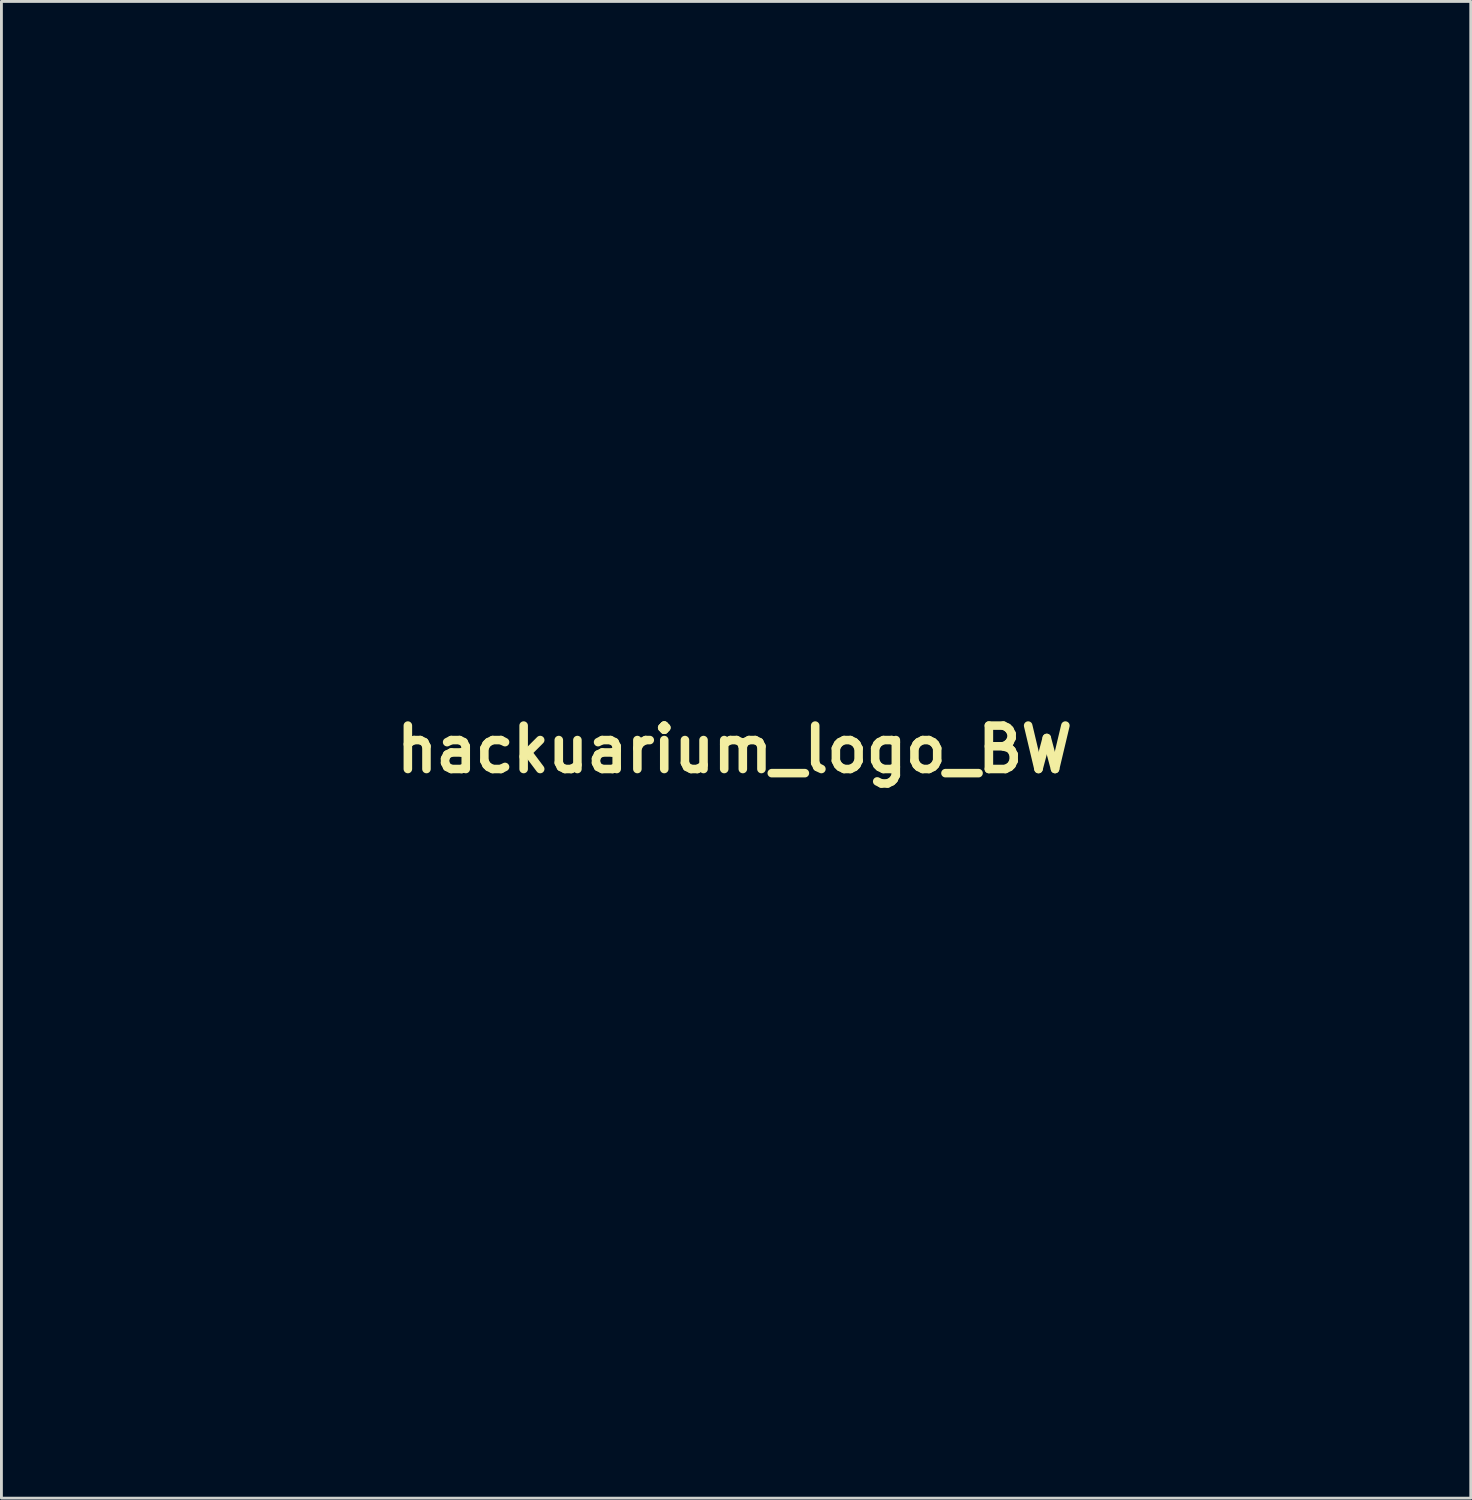
<source format=kicad_pcb>
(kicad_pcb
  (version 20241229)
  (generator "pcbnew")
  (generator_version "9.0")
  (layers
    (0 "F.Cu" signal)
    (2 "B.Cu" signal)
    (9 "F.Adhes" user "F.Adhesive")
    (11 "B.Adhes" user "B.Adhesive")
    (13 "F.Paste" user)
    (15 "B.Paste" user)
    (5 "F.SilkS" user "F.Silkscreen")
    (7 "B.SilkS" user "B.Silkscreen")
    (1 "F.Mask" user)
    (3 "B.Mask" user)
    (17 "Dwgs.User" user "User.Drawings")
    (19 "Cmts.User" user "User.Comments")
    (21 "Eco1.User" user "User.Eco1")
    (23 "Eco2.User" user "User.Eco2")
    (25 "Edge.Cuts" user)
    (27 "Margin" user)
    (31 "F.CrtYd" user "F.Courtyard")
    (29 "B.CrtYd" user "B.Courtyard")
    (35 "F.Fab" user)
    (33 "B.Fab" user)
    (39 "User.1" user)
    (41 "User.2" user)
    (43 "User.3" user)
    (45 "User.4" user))
  (footprint "hackuarium_logo_BW"
    (layer "F.Cu")
    (at 22.731 23.251)
    (property "Reference" "hackuarium_logo_BW" (at 0 0 0) (layer "F.SilkS") (effects (font (size 1.524 1.524) (thickness 0.3))))
    (attr through_hole)
    (fp_poly (pts (xy 10.895 15.93) (xy 10.901 16.092) (xy 10.635 16.445) (xy 10.314 16.49) (xy 10.16 16.198) (xy 10.375 15.83) (xy 10.583 15.775) (xy 10.895 15.93)) (stroke (width 0.01) (type solid)) (fill no) (layer "Eco2.User"))
    (fp_poly (pts (xy 10.962 20.304) (xy 10.932 21.738) (xy 10.837 22.67) (xy 10.67 23.132) (xy 10.424 23.154) (xy 10.331 23.076) (xy 10.254 22.748) (xy 10.196 22.018) (xy 10.163 21.018) (xy 10.16 20.543) (xy 10.151 19.412) (xy 10.107 18.713) (xy 10.007 18.344) (xy 9.826 18.201) (xy 9.625 18.181) (xy 9.191 18.069) (xy 9.091 17.914) (xy 9.326 17.737) (xy 9.904 17.649) (xy 10.026 17.646) (xy 10.962 17.646) (xy 10.962 20.304)) (stroke (width 0.01) (type solid)) (fill no) (layer "Eco2.User"))
    (fp_poly (pts (xy 7.739 17.521) (xy 8.307 17.722) (xy 8.555 18.037) (xy 8.556 18.052) (xy 8.397 18.283) (xy 7.859 18.297) (xy 7.614 18.262) (xy 6.758 18.23) (xy 6.171 18.5) (xy 5.814 19.132) (xy 5.644 20.185) (xy 5.615 21.164) (xy 5.583 22.208) (xy 5.496 22.94) (xy 5.368 23.256) (xy 5.347 23.261) (xy 5.225 23.006) (xy 5.136 22.288) (xy 5.088 21.18) (xy 5.08 20.425) (xy 5.089 19.161) (xy 5.125 18.347) (xy 5.201 17.899) (xy 5.331 17.732) (xy 5.5 17.75) (xy 6.062 17.763) (xy 6.452 17.628) (xy 7.053 17.476) (xy 7.739 17.521)) (stroke (width 0.01) (type solid)) (fill no) (layer "Eco2.User"))
    (fp_poly (pts (xy -22.073 16.453) (xy -21.95 16.948) (xy -21.924 17.646) (xy -21.924 18.983) (xy -19.28 18.983) (xy -19.198 17.734) (xy -19.079 16.94) (xy -18.873 16.448) (xy -18.774 16.372) (xy -18.63 16.435) (xy -18.538 16.783) (xy -18.493 17.483) (xy -18.489 18.603) (xy -18.507 19.627) (xy -18.564 21.021) (xy -18.657 22.088) (xy -18.773 22.794) (xy -18.899 23.103) (xy -19.022 22.979) (xy -19.128 22.389) (xy -19.196 21.456) (xy -19.276 19.785) (xy -21.924 19.785) (xy -21.924 21.374) (xy -21.982 22.452) (xy -22.15 23.061) (xy -22.419 23.176) (xy -22.555 23.076) (xy -22.621 22.757) (xy -22.675 22.013) (xy -22.712 20.952) (xy -22.726 19.683) (xy -22.726 19.607) (xy -22.717 18.202) (xy -22.681 17.251) (xy -22.61 16.672) (xy -22.493 16.385) (xy -22.325 16.309) (xy -22.073 16.453)) (stroke (width 0.01) (type solid)) (fill no) (layer "Eco2.User"))
    (fp_poly (pts (xy -0.205 17.721) (xy -0.091 18.005) (xy -0.04 18.59) (xy -0.039 19.564) (xy -0.057 20.358) (xy -0.134 23.069) (xy -1.655 23.181) (xy -2.593 23.214) (xy -3.187 23.115) (xy -3.619 22.845) (xy -3.727 22.743) (xy -4.004 22.389) (xy -4.171 21.921) (xy -4.253 21.205) (xy -4.278 20.107) (xy -4.278 19.919) (xy -4.248 18.812) (xy -4.167 18.028) (xy -4.045 17.662) (xy -4.011 17.646) (xy -3.875 17.894) (xy -3.78 18.563) (xy -3.743 19.54) (xy -3.743 19.592) (xy -3.64 21.081) (xy -3.336 22.1) (xy -2.838 22.639) (xy -2.157 22.689) (xy -1.396 22.31) (xy -1.095 22.042) (xy -0.916 21.672) (xy -0.829 21.068) (xy -0.803 20.096) (xy -0.802 19.77) (xy -0.784 18.682) (xy -0.717 18.03) (xy -0.581 17.718) (xy -0.392 17.646) (xy -0.205 17.721)) (stroke (width 0.01) (type solid)) (fill no) (layer "Eco2.User"))
    (fp_poly (pts (xy -10.361 17.578) (xy -9.737 18.058) (xy -9.253 18.645) (xy -9.091 19.105) (xy -9.237 19.469) (xy -9.571 19.457) (xy -9.932 19.102) (xy -10.03 18.916) (xy -10.498 18.431) (xy -11.213 18.209) (xy -11.929 18.305) (xy -12.164 18.448) (xy -12.577 19.077) (xy -12.769 19.971) (xy -12.748 20.947) (xy -12.522 21.822) (xy -12.097 22.413) (xy -11.995 22.478) (xy -11.177 22.66) (xy -10.415 22.41) (xy -9.896 21.795) (xy -9.873 21.74) (xy -9.624 21.276) (xy -9.366 21.283) (xy -9.295 21.345) (xy -9.16 21.686) (xy -9.389 22.189) (xy -9.532 22.391) (xy -10.266 22.996) (xy -11.189 23.25) (xy -12.116 23.135) (xy -12.81 22.69) (xy -13.171 21.993) (xy -13.36 20.989) (xy -13.364 19.881) (xy -13.169 18.872) (xy -13.072 18.624) (xy -12.493 17.929) (xy -11.608 17.48) (xy -10.937 17.379) (xy -10.361 17.578)) (stroke (width 0.01) (type solid)) (fill no) (layer "Eco2.User"))
    (fp_poly (pts (xy -8.189 15.928) (xy -8.083 16.363) (xy -8.026 17.214) (xy -8.009 18.226) (xy -7.997 20.721) (xy -6.439 19.05) (xy -5.714 18.293) (xy -5.126 17.715) (xy -4.768 17.406) (xy -4.713 17.379) (xy -4.527 17.547) (xy -4.693 17.996) (xy -5.17 18.644) (xy -5.507 19.01) (xy -6.47 19.995) (xy -5.507 21.424) (xy -5.011 22.191) (xy -4.663 22.784) (xy -4.545 23.057) (xy -4.671 23.276) (xy -5.026 23.054) (xy -5.58 22.417) (xy -5.936 21.93) (xy -6.868 20.598) (xy -7.445 21.212) (xy -7.859 21.828) (xy -8.021 22.394) (xy -8.135 22.917) (xy -8.389 23.165) (xy -8.65 23.033) (xy -8.7 22.929) (xy -8.748 22.532) (xy -8.777 21.717) (xy -8.783 20.603) (xy -8.766 19.306) (xy -8.765 19.258) (xy -8.71 17.716) (xy -8.625 16.662) (xy -8.503 16.051) (xy -8.355 15.841) (xy -8.189 15.928)) (stroke (width 0.01) (type solid)) (fill no) (layer "Eco2.User"))
    (fp_poly (pts (xy 15.63 17.901) (xy 15.719 18.618) (xy 15.768 19.724) (xy 15.775 20.454) (xy 15.75 21.739) (xy 15.682 22.674) (xy 15.577 23.186) (xy 15.507 23.261) (xy 15.249 23.056) (xy 15.24 22.984) (xy 15.076 22.844) (xy 14.723 22.984) (xy 13.729 23.268) (xy 12.777 23.108) (xy 12.051 22.557) (xy 11.755 22.078) (xy 11.585 21.478) (xy 11.509 20.604) (xy 11.497 19.749) (xy 11.516 18.662) (xy 11.587 18.014) (xy 11.726 17.708) (xy 11.898 17.646) (xy 12.099 17.744) (xy 12.222 18.098) (xy 12.283 18.802) (xy 12.299 19.91) (xy 12.312 21.031) (xy 12.37 21.739) (xy 12.499 22.152) (xy 12.724 22.392) (xy 12.859 22.472) (xy 13.672 22.657) (xy 14.434 22.423) (xy 14.953 21.835) (xy 14.982 21.766) (xy 15.119 21.139) (xy 15.213 20.203) (xy 15.24 19.367) (xy 15.278 18.466) (xy 15.379 17.849) (xy 15.507 17.646) (xy 15.63 17.901)) (stroke (width 0.01) (type solid)) (fill no) (layer "Eco2.User"))
    (fp_poly (pts (xy 3.283 17.707) (xy 3.904 17.945) (xy 4.285 18.443) (xy 4.479 19.286) (xy 4.543 20.555) (xy 4.545 20.943) (xy 4.516 22.065) (xy 4.436 22.862) (xy 4.316 23.242) (xy 4.278 23.261) (xy 4.02 23.056) (xy 4.011 22.984) (xy 3.847 22.844) (xy 3.493 22.984) (xy 2.645 23.234) (xy 1.763 23.189) (xy 1.081 22.866) (xy 1.009 22.793) (xy 0.488 21.904) (xy 0.476 21.563) (xy 1.069 21.563) (xy 1.292 22.208) (xy 1.848 22.602) (xy 2.571 22.682) (xy 3.287 22.392) (xy 3.653 21.903) (xy 3.906 21.194) (xy 3.907 21.189) (xy 4.077 20.32) (xy 2.894 20.32) (xy 1.873 20.432) (xy 1.285 20.793) (xy 1.073 21.445) (xy 1.069 21.563) (xy 0.476 21.563) (xy 0.458 21.071) (xy 0.878 20.376) (xy 1.706 19.899) (xy 2.594 19.733) (xy 3.35 19.625) (xy 3.844 19.445) (xy 3.935 19.348) (xy 3.848 18.874) (xy 3.358 18.47) (xy 2.599 18.221) (xy 2.12 18.181) (xy 1.457 18.121) (xy 1.093 17.97) (xy 1.069 17.914) (xy 1.31 17.759) (xy 1.921 17.663) (xy 2.365 17.646) (xy 3.283 17.707)) (stroke (width 0.01) (type solid)) (fill no) (layer "Eco2.User"))
    (fp_poly (pts (xy -15.166 17.707) (xy -14.544 17.945) (xy -14.164 18.443) (xy -13.969 19.286) (xy -13.905 20.555) (xy -13.903 20.943) (xy -13.932 22.065) (xy -14.012 22.862) (xy -14.133 23.242) (xy -14.171 23.261) (xy -14.421 23.051) (xy -14.438 22.94) (xy -14.517 22.754) (xy -14.759 22.94) (xy -15.345 23.206) (xy -16.169 23.231) (xy -16.994 23.023) (xy -17.319 22.845) (xy -17.808 22.225) (xy -17.914 21.549) (xy -17.886 21.416) (xy -17.418 21.416) (xy -17.161 22.074) (xy -16.959 22.306) (xy -16.257 22.689) (xy -15.491 22.569) (xy -14.973 22.192) (xy -14.568 21.555) (xy -14.438 20.988) (xy -14.491 20.569) (xy -14.747 20.375) (xy -15.353 20.321) (xy -15.588 20.32) (xy -16.581 20.466) (xy -17.208 20.856) (xy -17.418 21.416) (xy -17.886 21.416) (xy -17.726 20.638) (xy -17.146 20.062) (xy -16.15 19.804) (xy -15.687 19.785) (xy -14.916 19.752) (xy -14.545 19.616) (xy -14.439 19.319) (xy -14.438 19.26) (xy -14.681 18.685) (xy -15.365 18.313) (xy -16.423 18.181) (xy -16.426 18.181) (xy -17.051 18.115) (xy -17.369 17.952) (xy -17.379 17.914) (xy -17.139 17.759) (xy -16.527 17.663) (xy -16.084 17.646) (xy -15.166 17.707)) (stroke (width 0.01) (type solid)) (fill no) (layer "Eco2.User"))
    (fp_poly (pts (xy 3.027 -22.936) (xy 5.371 -22.152) (xy 6.478 -21.58) (xy 7.661 -20.718) (xy 8.902 -19.537) (xy 10.043 -18.206) (xy 10.926 -16.896) (xy 11.071 -16.626) (xy 11.417 -15.85) (xy 11.776 -14.901) (xy 12.104 -13.917) (xy 12.357 -13.033) (xy 12.494 -12.389) (xy 12.483 -12.127) (xy 12.196 -12.114) (xy 11.582 -12.183) (xy 11.406 -12.21) (xy 10.53 -12.514) (xy 10.118 -12.937) (xy 9.492 -13.839) (xy 8.606 -14.74) (xy 7.664 -15.448) (xy 7.253 -15.662) (xy 6.809 -15.793) (xy 6.137 -15.893) (xy 5.174 -15.964) (xy 3.859 -16.011) (xy 2.129 -16.035) (xy 0.154 -16.042) (xy -1.828 -16.04) (xy -3.353 -16.03) (xy -4.5 -16.005) (xy -5.347 -15.958) (xy -5.974 -15.882) (xy -6.458 -15.77) (xy -6.878 -15.615) (xy -7.312 -15.41) (xy -7.378 -15.378) (xy -8.665 -14.499) (xy -9.475 -13.506) (xy -10.011 -12.794) (xy -10.505 -12.367) (xy -10.712 -12.299) (xy -11.387 -12.202) (xy -11.651 -12.12) (xy -11.923 -12.07) (xy -12.026 -12.274) (xy -11.99 -12.846) (xy -11.942 -13.215) (xy -11.471 -15.011) (xy -10.588 -16.862) (xy -9.386 -18.635) (xy -7.952 -20.194) (xy -6.484 -21.34) (xy -4.267 -22.446) (xy -1.883 -23.082) (xy 0.579 -23.246) (xy 3.027 -22.936)) (stroke (width 0.01) (type solid)) (fill no) (layer "Eco2.User"))
    (fp_poly (pts (xy 21.874 17.727) (xy 22.324 18.084) (xy 22.497 18.494) (xy 22.628 19.243) (xy 22.713 20.193) (xy 22.747 21.206) (xy 22.727 22.143) (xy 22.65 22.867) (xy 22.512 23.239) (xy 22.459 23.261) (xy 22.328 23.01) (xy 22.235 22.322) (xy 22.193 21.294) (xy 22.192 21.042) (xy 22.155 19.749) (xy 22.019 18.902) (xy 21.747 18.417) (xy 21.303 18.209) (xy 20.944 18.181) (xy 20.416 18.322) (xy 20.063 18.785) (xy 19.862 19.636) (xy 19.787 20.937) (xy 19.785 21.238) (xy 19.752 22.255) (xy 19.663 22.965) (xy 19.532 23.259) (xy 19.518 23.261) (xy 19.387 23.01) (xy 19.294 22.322) (xy 19.252 21.294) (xy 19.251 21.042) (xy 19.213 19.745) (xy 19.075 18.896) (xy 18.804 18.41) (xy 18.363 18.205) (xy 18.047 18.181) (xy 17.502 18.271) (xy 17.145 18.597) (xy 16.94 19.243) (xy 16.854 20.292) (xy 16.844 21.042) (xy 16.814 22.13) (xy 16.731 22.898) (xy 16.607 23.249) (xy 16.577 23.261) (xy 16.455 23.006) (xy 16.366 22.289) (xy 16.317 21.182) (xy 16.309 20.442) (xy 16.327 19.113) (xy 16.383 18.253) (xy 16.486 17.799) (xy 16.644 17.687) (xy 17.146 17.657) (xy 17.593 17.543) (xy 18.4 17.538) (xy 18.863 17.764) (xy 19.383 18.041) (xy 19.8 17.985) (xy 20.173 17.764) (xy 21.023 17.485) (xy 21.874 17.727)) (stroke (width 0.01) (type solid)) (fill no) (layer "Eco2.User"))
    (fp_poly (pts (xy 6.831 -14.468) (xy 7.919 -13.801) (xy 8.683 -12.768) (xy 9.06 -11.435) (xy 9.09 -10.905) (xy 8.853 -9.58) (xy 8.163 -8.514) (xy 7.048 -7.741) (xy 5.882 -7.358) (xy 5.366 -7.37) (xy 4.635 -7.512) (xy 4.545 -7.536) (xy 3.349 -8.097) (xy 2.514 -8.94) (xy 2.029 -9.968) (xy 1.879 -11.087) (xy 1.905 -11.253) (xy 2.98 -11.253) (xy 3.046 -10.827) (xy 3.37 -10.587) (xy 3.667 -10.248) (xy 3.636 -10) (xy 3.579 -9.45) (xy 3.912 -9.246) (xy 4.353 -9.336) (xy 4.76 -9.61) (xy 4.927 -10.134) (xy 4.946 -10.595) (xy 4.994 -11.281) (xy 5.187 -11.578) (xy 5.481 -11.631) (xy 5.831 -11.548) (xy 5.956 -11.202) (xy 5.939 -10.643) (xy 5.961 -9.903) (xy 6.222 -9.483) (xy 6.413 -9.36) (xy 7.03 -9.186) (xy 7.347 -9.441) (xy 7.325 -10.043) (xy 7.288 -10.544) (xy 7.566 -10.694) (xy 7.591 -10.695) (xy 7.951 -10.87) (xy 7.983 -11.239) (xy 7.679 -11.568) (xy 7.622 -11.593) (xy 7.329 -11.951) (xy 7.287 -12.357) (xy 7.236 -12.814) (xy 6.847 -12.911) (xy 6.742 -12.902) (xy 6.196 -13.005) (xy 5.978 -13.236) (xy 5.657 -13.59) (xy 5.481 -13.636) (xy 5.094 -13.421) (xy 4.984 -13.236) (xy 4.625 -12.943) (xy 4.22 -12.902) (xy 3.763 -12.851) (xy 3.666 -12.462) (xy 3.675 -12.357) (xy 3.572 -11.811) (xy 3.341 -11.593) (xy 2.98 -11.253) (xy 1.905 -11.253) (xy 2.054 -12.201) (xy 2.541 -13.214) (xy 3.326 -14.032) (xy 4.399 -14.558) (xy 5.481 -14.705) (xy 6.831 -14.468)) (stroke (width 0.01) (type solid)) (fill no) (layer "Eco2.User"))
    (fp_poly (pts (xy -3.918 -14.48) (xy -2.879 -13.87) (xy -2.129 -12.974) (xy -1.698 -11.893) (xy -1.615 -10.724) (xy -1.912 -9.568) (xy -2.618 -8.524) (xy -3.179 -8.042) (xy -4.072 -7.626) (xy -5.265 -7.487) (xy -5.353 -7.486) (xy -6.22 -7.527) (xy -6.825 -7.718) (xy -7.411 -8.162) (xy -7.785 -8.524) (xy -8.404 -9.203) (xy -8.714 -9.775) (xy -8.816 -10.476) (xy -8.822 -10.864) (xy -8.762 -11.253) (xy -7.715 -11.253) (xy -7.649 -10.827) (xy -7.325 -10.587) (xy -7.027 -10.248) (xy -7.058 -10) (xy -7.126 -9.507) (xy -7.078 -9.345) (xy -6.746 -9.235) (xy -6.248 -9.386) (xy -5.828 -9.722) (xy -5.816 -9.739) (xy -5.719 -10.194) (xy -5.77 -10.762) (xy -5.787 -11.375) (xy -5.484 -11.666) (xy -4.926 -11.683) (xy -4.625 -11.339) (xy -4.698 -10.789) (xy -4.754 -10.689) (xy -4.929 -10.237) (xy -4.732 -9.825) (xy -4.537 -9.617) (xy -3.987 -9.243) (xy -3.619 -9.363) (xy -3.476 -9.962) (xy -3.476 -10.013) (xy -3.323 -10.562) (xy -3.075 -10.791) (xy -2.716 -11.082) (xy -2.76 -11.385) (xy -3.106 -11.497) (xy -3.412 -11.647) (xy -3.411 -12.163) (xy -3.41 -12.165) (xy -3.394 -12.662) (xy -3.676 -12.861) (xy -4.345 -12.848) (xy -4.741 -12.998) (xy -4.813 -13.218) (xy -4.986 -13.571) (xy -5.352 -13.595) (xy -5.685 -13.291) (xy -5.718 -13.218) (xy -6.092 -12.906) (xy -6.482 -12.883) (xy -6.933 -12.849) (xy -7.03 -12.472) (xy -7.02 -12.357) (xy -7.123 -11.811) (xy -7.354 -11.593) (xy -7.715 -11.253) (xy -8.762 -11.253) (xy -8.6 -12.305) (xy -7.974 -13.462) (xy -7.001 -14.271) (xy -5.74 -14.672) (xy -5.214 -14.705) (xy -3.918 -14.48)) (stroke (width 0.01) (type solid)) (fill no) (layer "Eco2.User"))
    (fp_poly (pts (xy 0.347 -11.027) (xy 0.591 -10.433) (xy 0.698 -10.063) (xy 1.298 -8.531) (xy 2.236 -7.391) (xy 3.295 -6.707) (xy 4.73 -6.263) (xy 6.198 -6.242) (xy 7.586 -6.608) (xy 8.778 -7.326) (xy 9.662 -8.358) (xy 9.886 -8.808) (xy 10.244 -9.341) (xy 10.875 -9.677) (xy 11.378 -9.814) (xy 12.566 -10.086) (xy 12.566 -3.079) (xy 12.569 -0.949) (xy 12.579 0.71) (xy 12.601 1.962) (xy 12.639 2.871) (xy 12.698 3.501) (xy 12.781 3.916) (xy 12.893 4.179) (xy 13.038 4.354) (xy 13.055 4.37) (xy 13.324 4.543) (xy 13.741 4.666) (xy 14.393 4.746) (xy 15.363 4.791) (xy 16.736 4.81) (xy 17.693 4.813) (xy 19.28 4.817) (xy 20.42 4.839) (xy 21.202 4.887) (xy 21.713 4.973) (xy 22.043 5.107) (xy 22.279 5.298) (xy 22.337 5.361) (xy 22.697 6.035) (xy 22.833 6.818) (xy 22.682 7.645) (xy 22.337 8.275) (xy 22.13 8.47) (xy 21.859 8.613) (xy 21.445 8.711) (xy 20.807 8.773) (xy 19.866 8.806) (xy 18.541 8.821) (xy 16.989 8.823) (xy 12.136 8.823) (xy 10.923 8.053) (xy 9.778 7.154) (xy 9.002 6.092) (xy 8.532 4.747) (xy 8.322 3.278) (xy 8.181 2.165) (xy 7.988 1.43) (xy 7.765 1.115) (xy 7.538 1.262) (xy 7.39 1.66) (xy 7.32 2.182) (xy 7.264 3.091) (xy 7.23 4.237) (xy 7.223 4.994) (xy 7.214 6.231) (xy 7.175 7.05) (xy 7.08 7.571) (xy 6.904 7.909) (xy 6.621 8.184) (xy 6.514 8.269) (xy 5.575 8.751) (xy 4.67 8.703) (xy 3.865 8.167) (xy 3.581 7.851) (xy 3.394 7.507) (xy 3.282 7.02) (xy 3.228 6.28) (xy 3.21 5.174) (xy 3.208 4.44) (xy 3.184 3.02) (xy 3.114 1.963) (xy 3.004 1.335) (xy 2.923 1.192) (xy 2.581 1.102) (xy 2.522 1.132) (xy 2.464 1.428) (xy 2.391 2.152) (xy 2.311 3.195) (xy 2.234 4.451) (xy 2.231 4.514) (xy 2.15 5.896) (xy 2.067 6.846) (xy 1.959 7.469) (xy 1.804 7.868) (xy 1.578 8.145) (xy 1.393 8.302) (xy 0.464 8.763) (xy -0.459 8.692) (xy -1.107 8.312) (xy -1.374 8.06) (xy -1.56 7.742) (xy -1.685 7.258) (xy -1.77 6.504) (xy -1.835 5.377) (xy -1.872 4.524) (xy -1.975 2.899) (xy -2.122 1.793) (xy -2.293 1.19) (xy -2.473 1.076) (xy -2.645 1.439) (xy -2.79 2.264) (xy -2.894 3.537) (xy -2.938 5.245) (xy -2.938 5.395) (xy -2.95 6.527) (xy -3.005 7.256) (xy -3.135 7.715) (xy -3.372 8.036) (xy -3.646 8.269) (xy -4.585 8.751) (xy -5.49 8.703) (xy -6.295 8.167) (xy -6.579 7.851) (xy -6.766 7.507) (xy -6.878 7.02) (xy -6.932 6.28) (xy -6.95 5.174) (xy -6.952 4.44) (xy -6.978 2.935) (xy -7.055 1.87) (xy -7.179 1.283) (xy -7.249 1.185) (xy -7.615 1.184) (xy -7.869 1.678) (xy -8.001 2.637) (xy -8.017 3.219) (xy -8.275 4.97) (xy -9.015 6.533) (xy -10.196 7.828) (xy -10.251 7.872) (xy -11.278 8.689) (xy -16.436 8.772) (xy -21.594 8.854) (xy -22.16 8.134) (xy -22.651 7.198) (xy -22.613 6.288) (xy -22.19 5.54) (xy -21.975 5.287) (xy -21.733 5.103) (xy -21.377 4.977) (xy -20.822 4.893) (xy -19.981 4.839) (xy -18.769 4.801) (xy -17.311 4.769) (xy -15.823 4.726) (xy -14.513 4.664) (xy -13.477 4.591) (xy -12.816 4.513) (xy -12.633 4.463) (xy -12.526 4.259) (xy -12.443 3.773) (xy -12.38 2.957) (xy -12.337 1.763) (xy -12.311 0.147) (xy -12.3 -1.94) (xy -12.299 -2.858) (xy -12.299 -9.963) (xy -11.296 -9.802) (xy -10.73 -9.674) (xy -10.28 -9.436) (xy -9.824 -8.987) (xy -9.241 -8.224) (xy -8.99 -7.872) (xy -8.219 -7.149) (xy -7.12 -6.566) (xy -5.895 -6.215) (xy -5.231 -6.155) (xy -4.007 -6.347) (xy -2.765 -6.863) (xy -1.72 -7.6) (xy -1.306 -8.065) (xy -0.874 -8.847) (xy -0.504 -9.805) (xy -0.43 -10.063) (xy -0.199 -10.773) (xy 0.039 -11.203) (xy 0.134 -11.261) (xy 0.347 -11.027)) (stroke (width 0.01) (type solid)) (fill no) (layer "Eco2.User")))
  (gr_rect
    (start -3 -3)
    (end 48.57 49.531)
    (stroke (width 0.1) (type default))
    (fill no)
    (layer "Edge.Cuts")))
</source>
